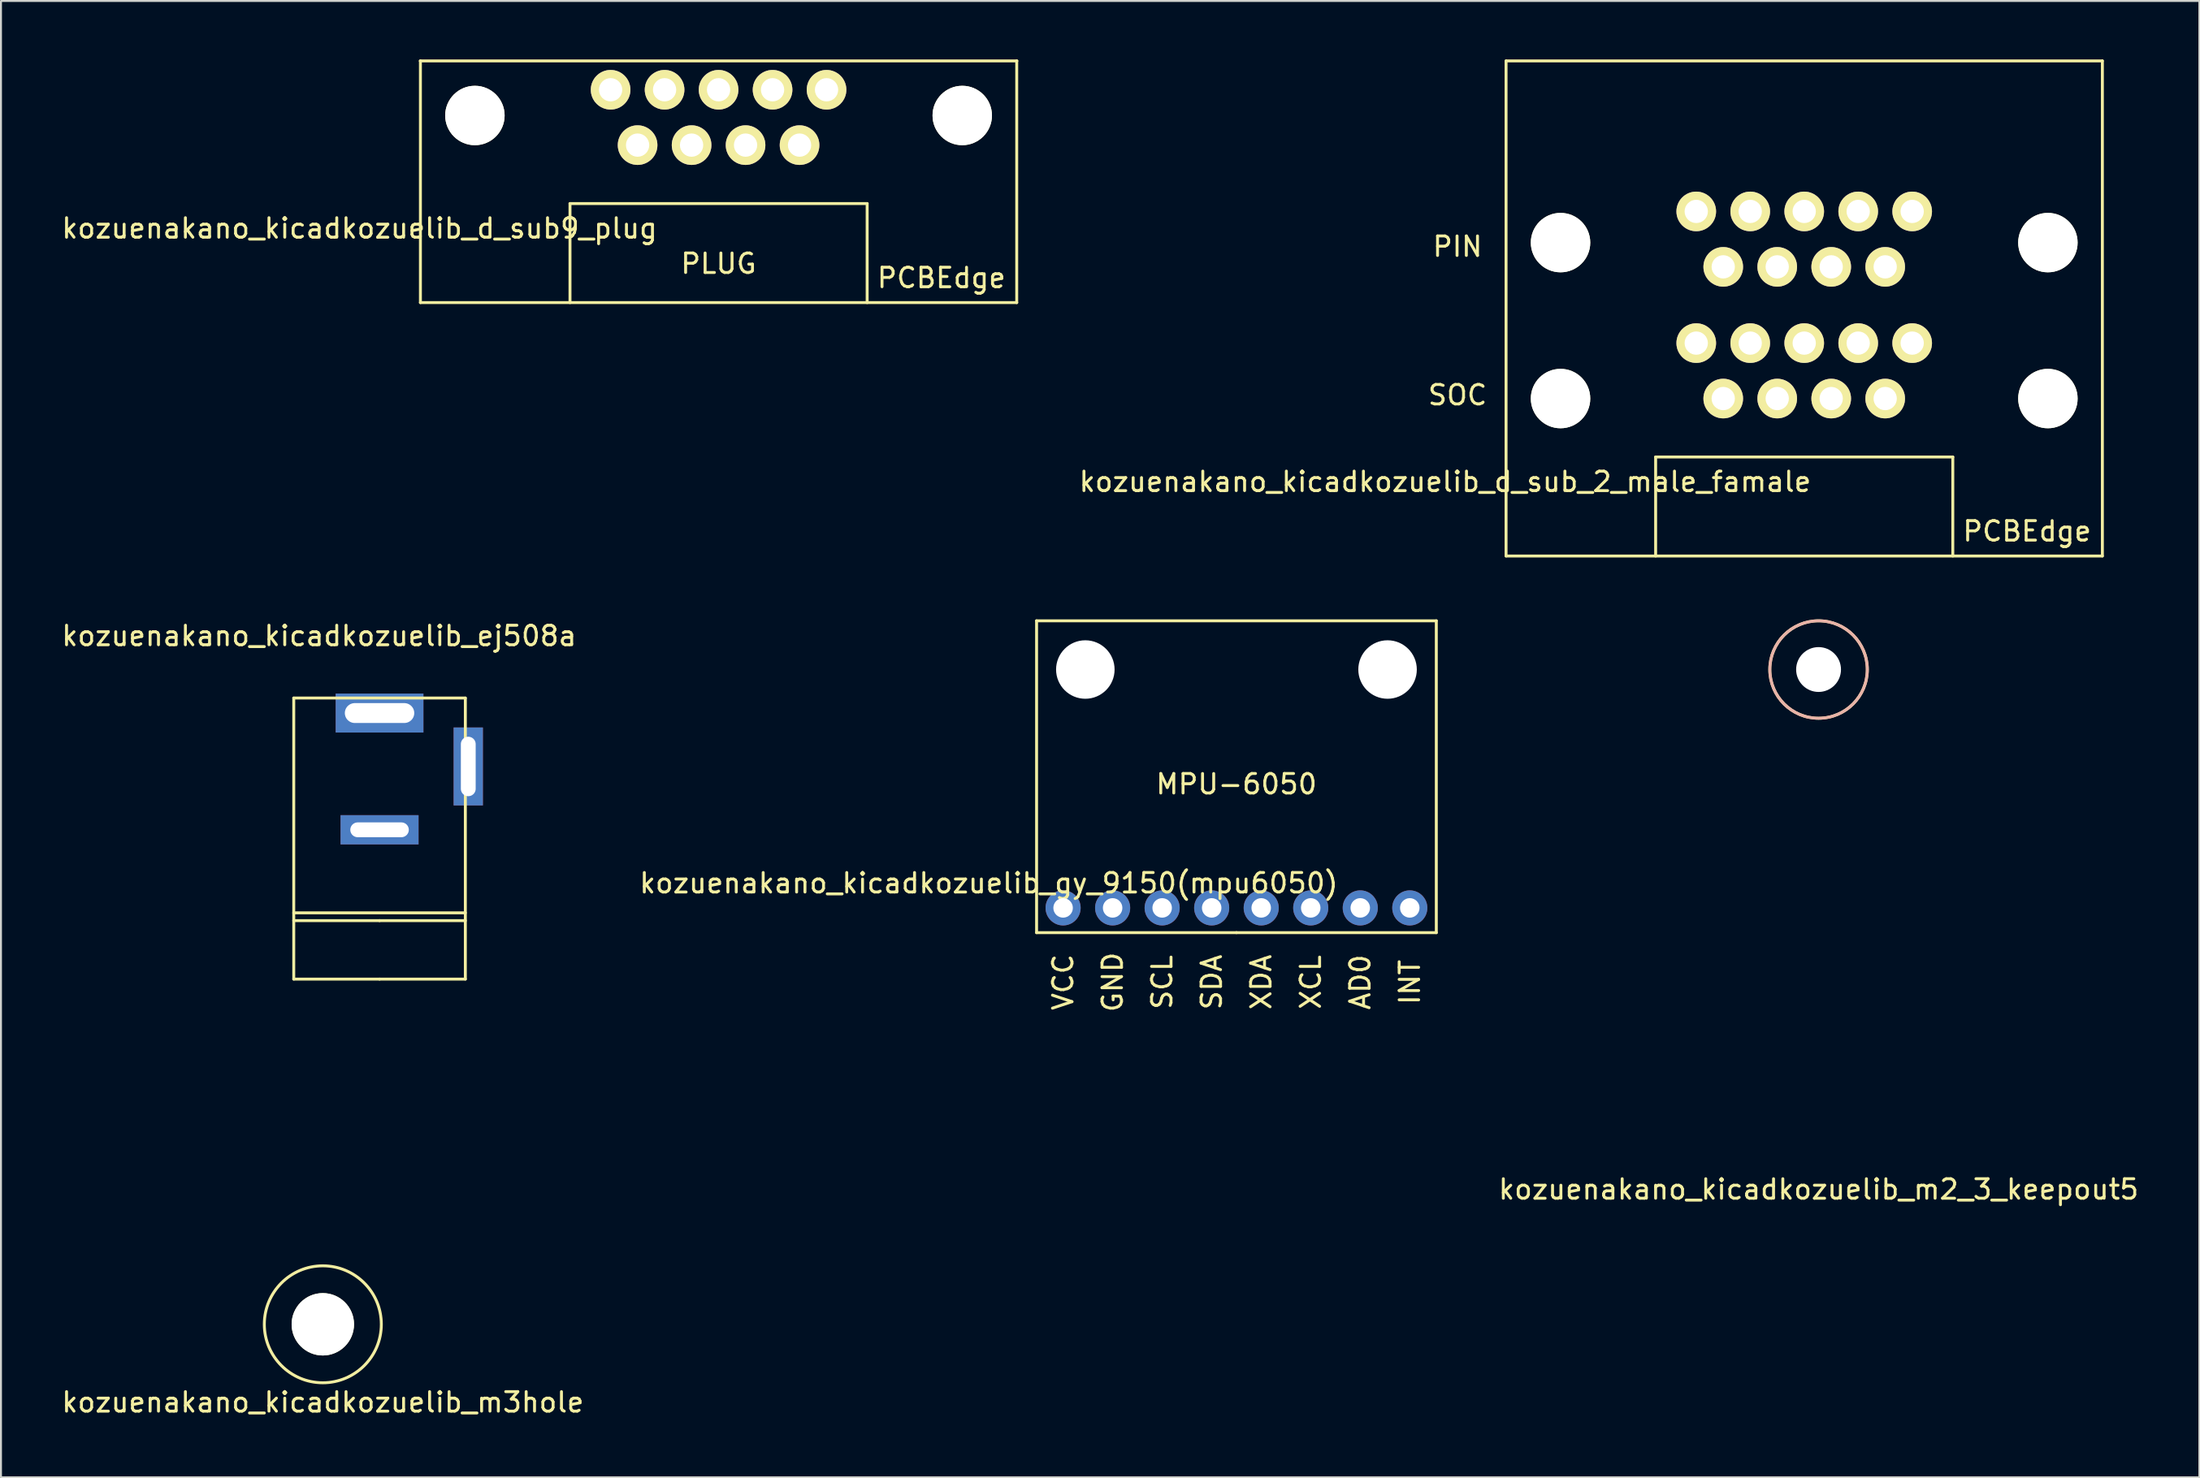
<source format=kicad_pcb>
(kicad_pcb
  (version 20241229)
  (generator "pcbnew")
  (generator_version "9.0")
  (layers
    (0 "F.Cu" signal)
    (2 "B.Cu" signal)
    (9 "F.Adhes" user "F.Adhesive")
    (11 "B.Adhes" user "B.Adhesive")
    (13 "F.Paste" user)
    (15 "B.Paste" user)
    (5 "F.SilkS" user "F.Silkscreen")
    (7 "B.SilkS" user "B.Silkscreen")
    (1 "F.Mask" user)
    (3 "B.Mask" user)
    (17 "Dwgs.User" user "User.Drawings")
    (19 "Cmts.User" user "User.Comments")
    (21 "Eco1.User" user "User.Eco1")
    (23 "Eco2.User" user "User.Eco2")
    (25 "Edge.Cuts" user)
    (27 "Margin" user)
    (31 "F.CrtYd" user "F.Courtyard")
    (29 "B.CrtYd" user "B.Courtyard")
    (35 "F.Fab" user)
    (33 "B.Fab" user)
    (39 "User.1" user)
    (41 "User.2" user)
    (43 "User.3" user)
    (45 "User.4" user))
  (footprint "kozuenakano_kicadkozuelib_d_sub_2_male_famale"
    (layer "F.Cu")
    (at 89.479 25.475)
    (property "Reference" "kozuenakano_kicadkozuelib_d_sub_2_male_famale" (at -18.415 -3.81 0) (layer "F.SilkS") (effects (font (size 1 1) (thickness 0.15))))
    (attr through_hole)
    (fp_line (start -15.291 -25.4) (end 15.291 -25.4) (stroke (width 0.15) (type solid)) (layer "F.SilkS"))
    (fp_line (start -15.291 0) (end -15.291 -25.4) (stroke (width 0.15) (type solid)) (layer "F.SilkS"))
    (fp_line (start -7.62 -5.08) (end 7.62 -5.08) (stroke (width 0.15) (type solid)) (layer "F.SilkS"))
    (fp_line (start -7.62 0) (end -7.62 -5.08) (stroke (width 0.15) (type solid)) (layer "F.SilkS"))
    (fp_line (start 7.62 -5.08) (end 7.62 0) (stroke (width 0.15) (type solid)) (layer "F.SilkS"))
    (fp_line (start 15.291 -25.4) (end 15.291 0) (stroke (width 0.15) (type solid)) (layer "F.SilkS"))
    (fp_line (start 15.291 0) (end -15.291 0) (stroke (width 0.15) (type solid)) (layer "F.SilkS"))
    (fp_text user "SOC" (at -17.78 -8.255 0) (layer "F.SilkS") (effects (font (size 1 1) (thickness 0.15))))
    (fp_text user "PCBEdge" (at 11.43 -1.27 0) (layer "F.SilkS") (effects (font (size 1 1) (thickness 0.15))))
    (fp_text user "PIN" (at -17.78 -15.875 0) (layer "F.SilkS") (effects (font (size 1 1) (thickness 0.15))))
    (pad "" np_thru_hole circle (at -12.497 -16.078) (size 3.048 3.048) (drill 3.048) (layers "*.Cu" "*.Mask" "F.SilkS"))
    (pad "" np_thru_hole circle (at -12.497 -8.077) (size 3.048 3.048) (drill 3.048) (layers "*.Cu" "*.Mask" "F.SilkS"))
    (pad "" np_thru_hole circle (at 12.497 -16.078) (size 3.048 3.048) (drill 3.048) (layers "*.Cu" "*.Mask" "F.SilkS"))
    (pad "" np_thru_hole circle (at 12.497 -8.077) (size 3.048 3.048) (drill 3.048) (layers "*.Cu" "*.Mask" "F.SilkS"))
    (pad "1" thru_hole circle (at 5.537 -10.922) (size 2.032 2.032) (drill 1.194) (layers "*.Cu" "*.Mask" "F.SilkS"))
    (pad "2" thru_hole circle (at 2.769 -10.922) (size 2.032 2.032) (drill 1.194) (layers "*.Cu" "*.Mask" "F.SilkS"))
    (pad "3" thru_hole circle (at 0 -10.922) (size 2.032 2.032) (drill 1.194) (layers "*.Cu" "*.Mask" "F.SilkS"))
    (pad "4" thru_hole circle (at -2.769 -10.922) (size 2.032 2.032) (drill 1.194) (layers "*.Cu" "*.Mask" "F.SilkS"))
    (pad "5" thru_hole circle (at -5.537 -10.922) (size 2.032 2.032) (drill 1.194) (layers "*.Cu" "*.Mask" "F.SilkS"))
    (pad "6" thru_hole circle (at 4.153 -8.077) (size 2.032 2.032) (drill 1.194) (layers "*.Cu" "*.Mask" "F.SilkS"))
    (pad "7" thru_hole circle (at 1.384 -8.077) (size 2.032 2.032) (drill 1.194) (layers "*.Cu" "*.Mask" "F.SilkS"))
    (pad "8" thru_hole circle (at -1.384 -8.077) (size 2.032 2.032) (drill 1.194) (layers "*.Cu" "*.Mask" "F.SilkS"))
    (pad "9" thru_hole circle (at -4.153 -8.077) (size 2.032 2.032) (drill 1.194) (layers "*.Cu" "*.Mask" "F.SilkS"))
    (pad "10" thru_hole circle (at -5.537 -17.678) (size 2.032 2.032) (drill 1.194) (layers "*.Cu" "*.Mask" "F.SilkS"))
    (pad "11" thru_hole circle (at -2.769 -17.678) (size 2.032 2.032) (drill 1.194) (layers "*.Cu" "*.Mask" "F.SilkS"))
    (pad "12" thru_hole circle (at 0 -17.678) (size 2.032 2.032) (drill 1.194) (layers "*.Cu" "*.Mask" "F.SilkS"))
    (pad "13" thru_hole circle (at 2.769 -17.678) (size 2.032 2.032) (drill 1.194) (layers "*.Cu" "*.Mask" "F.SilkS"))
    (pad "14" thru_hole circle (at 5.537 -17.678) (size 2.032 2.032) (drill 1.194) (layers "*.Cu" "*.Mask" "F.SilkS"))
    (pad "15" thru_hole circle (at -4.153 -14.834) (size 2.032 2.032) (drill 1.194) (layers "*.Cu" "*.Mask" "F.SilkS"))
    (pad "16" thru_hole circle (at -1.384 -14.834) (size 2.032 2.032) (drill 1.194) (layers "*.Cu" "*.Mask" "F.SilkS"))
    (pad "17" thru_hole circle (at 1.384 -14.834) (size 2.032 2.032) (drill 1.194) (layers "*.Cu" "*.Mask" "F.SilkS"))
    (pad "18" thru_hole circle (at 4.153 -14.834) (size 2.032 2.032) (drill 1.194) (layers "*.Cu" "*.Mask" "F.SilkS")))
  (footprint "kozuenakano_kicadkozuelib_m2_3_keepout5"
    (layer "F.Cu")
    (at 90.215 31.3)
    (property "Reference" "kozuenakano_kicadkozuelib_m2_3_keepout5" (at 0 26.67 0) (layer "F.SilkS") (effects (font (size 1 1) (thickness 0.15))))
    (attr through_hole)
    (fp_circle (center 0 0) (end 2.5 0) (stroke (width 0.15) (type solid)) (fill no) (layer "F.SilkS"))
    (fp_circle (center 0 0) (end 2.5 0) (stroke (width 0.15) (type solid)) (fill no) (layer "B.SilkS"))
    (pad "" np_thru_hole circle (at 0 0) (size 2.3 2.3) (drill 2.3) (layers "*.Cu" "*.Mask")))
  (footprint "kozuenakano_kicadkozuelib_m3hole"
    (layer "F.Cu")
    (at 13.506 64.893)
    (property "Reference" "kozuenakano_kicadkozuelib_m3hole" (at 0 4 0) (layer "F.SilkS") (effects (font (size 1 1) (thickness 0.15))))
    (attr through_hole)
    (fp_circle (center 0 0) (end 3 0) (stroke (width 0.15) (type solid)) (fill no) (layer "F.SilkS"))
    (pad "" np_thru_hole circle (at 0 0) (size 3.2 3.2) (drill 3.2) (layers "*.Cu" "*.Mask" "F.SilkS")))
  (footprint "kozuenakano_kicadkozuelib_d_sub9_plug"
    (layer "F.Cu")
    (at 33.802 12.475)
    (property "Reference" "kozuenakano_kicadkozuelib_d_sub9_plug" (at -18.415 -3.81 0) (layer "F.SilkS") (effects (font (size 1 1) (thickness 0.15))))
    (attr through_hole)
    (fp_line (start -15.291 0) (end -15.291 -12.4) (stroke (width 0.15) (type solid)) (layer "F.SilkS"))
    (fp_line (start -7.62 -5.08) (end 7.62 -5.08) (stroke (width 0.15) (type solid)) (layer "F.SilkS"))
    (fp_line (start -7.62 0) (end -7.62 -5.08) (stroke (width 0.15) (type solid)) (layer "F.SilkS"))
    (fp_line (start 7.62 -5.08) (end 7.62 0) (stroke (width 0.15) (type solid)) (layer "F.SilkS"))
    (fp_line (start 15.291 -12.4) (end 15.291 0) (stroke (width 0.15) (type solid)) (layer "F.SilkS"))
    (fp_line (start 15.291 0) (end -15.291 0) (stroke (width 0.15) (type solid)) (layer "F.SilkS"))
    (fp_line (start 15.3 -12.4) (end -15.3 -12.4) (stroke (width 0.15) (type solid)) (layer "F.SilkS"))
    (fp_text user "PCBEdge" (at 11.43 -1.27 0) (layer "F.SilkS") (effects (font (size 1 1) (thickness 0.15))))
    (fp_text user "PLUG" (at 0 -2 0) (layer "F.SilkS") (effects (font (size 1 1) (thickness 0.15))))
    (pad "" np_thru_hole circle (at -12.497 -9.6) (size 3.048 3.048) (drill 3.048) (layers "*.Cu" "*.Mask" "F.SilkS"))
    (pad "" np_thru_hole circle (at 12.497 -9.6) (size 3.048 3.048) (drill 3.048) (layers "*.Cu" "*.Mask" "F.SilkS"))
    (pad "1" thru_hole circle (at -5.537 -10.92) (size 2.032 2.032) (drill 1.194) (layers "*.Cu" "*.Mask" "F.SilkS"))
    (pad "2" thru_hole circle (at -2.769 -10.92) (size 2.032 2.032) (drill 1.194) (layers "*.Cu" "*.Mask" "F.SilkS"))
    (pad "3" thru_hole circle (at 0 -10.92) (size 2.032 2.032) (drill 1.194) (layers "*.Cu" "*.Mask" "F.SilkS"))
    (pad "4" thru_hole circle (at 2.769 -10.92) (size 2.032 2.032) (drill 1.194) (layers "*.Cu" "*.Mask" "F.SilkS"))
    (pad "5" thru_hole circle (at 5.537 -10.92) (size 2.032 2.032) (drill 1.194) (layers "*.Cu" "*.Mask" "F.SilkS"))
    (pad "6" thru_hole circle (at -4.153 -8.08) (size 2.032 2.032) (drill 1.194) (layers "*.Cu" "*.Mask" "F.SilkS"))
    (pad "7" thru_hole circle (at -1.384 -8.08) (size 2.032 2.032) (drill 1.194) (layers "*.Cu" "*.Mask" "F.SilkS"))
    (pad "8" thru_hole circle (at 1.384 -8.08) (size 2.032 2.032) (drill 1.194) (layers "*.Cu" "*.Mask" "F.SilkS"))
    (pad "9" thru_hole circle (at 4.153 -8.08) (size 2.032 2.032) (drill 1.194) (layers "*.Cu" "*.Mask" "F.SilkS")))
  (footprint "kozuenakano_kicadkozuelib_ej508a"
    (layer "F.Cu")
    (at 16.415 47.013)
    (property "Reference" "kozuenakano_kicadkozuelib_ej508a" (at -3.1 -17.44 0) (layer "F.SilkS") (effects (font (size 1 1) (thickness 0.15))))
    (attr through_hole)
    (fp_line (start -4.4 -14.25) (end 4.4 -14.25) (stroke (width 0.15) (type solid)) (layer "F.SilkS"))
    (fp_line (start -4.4 -3.23) (end 4.4 -3.23) (stroke (width 0.15) (type solid)) (layer "F.SilkS"))
    (fp_line (start -4.4 0.17) (end -4.4 -14.25) (stroke (width 0.15) (type solid)) (layer "F.SilkS"))
    (fp_line (start 0 -2.83) (end -4.4 -2.83) (stroke (width 0.15) (type solid)) (layer "F.SilkS"))
    (fp_line (start 0 -2.83) (end 4.4 -2.83) (stroke (width 0.15) (type solid)) (layer "F.SilkS"))
    (fp_line (start 0 0.17) (end -4.4 0.17) (stroke (width 0.15) (type solid)) (layer "F.SilkS"))
    (fp_line (start 4.4 -14.25) (end 4.4 0.17) (stroke (width 0.15) (type solid)) (layer "F.SilkS"))
    (fp_line (start 4.4 0.17) (end 0 0.17) (stroke (width 0.15) (type solid)) (layer "F.SilkS"))
    (pad "1" thru_hole rect (at 0 -13.48) (size 4.5 2) (drill oval 3.56 1.02) (layers "*.Cu" "*.Mask"))
    (pad "2" thru_hole rect (at 0 -7.49) (size 4 1.5) (drill oval 3 0.76) (layers "*.Cu" "*.Mask"))
    (pad "3" thru_hole rect (at 4.55 -10.74) (size 1.5 4) (drill oval 0.76 3.05) (layers "*.Cu" "*.Mask")))
  (footprint "kozuenakano_kicadkozuelib_gy_9150(mpu6050)"
    (layer "F.Cu")
    (at 60.361 44.8)
    (property "Reference" "kozuenakano_kicadkozuelib_gy_9150(mpu6050)" (at -12.7 -2.54 0) (layer "F.SilkS") (effects (font (size 1 1) (thickness 0.15))))
    (attr through_hole)
    (fp_line (start -10.25 -16) (end -10.25 0) (stroke (width 0.15) (type solid)) (layer "F.SilkS"))
    (fp_line (start 0 0) (end -10.25 0) (stroke (width 0.15) (type solid)) (layer "F.SilkS"))
    (fp_line (start 0 0) (end 10.25 0) (stroke (width 0.15) (type solid)) (layer "F.SilkS"))
    (fp_line (start 10.25 -16) (end -10.25 -16) (stroke (width 0.15) (type solid)) (layer "F.SilkS"))
    (fp_line (start 10.25 0) (end 10.25 -16) (stroke (width 0.15) (type solid)) (layer "F.SilkS"))
    (fp_text user "AD0" (at 6.35 2.54 90) (layer "F.SilkS") (effects (font (size 1 1) (thickness 0.15))))
    (fp_text user "VCC" (at -8.89 2.54 90) (layer "F.SilkS") (effects (font (size 1 1) (thickness 0.15))))
    (fp_text user "INT" (at 8.89 2.54 90) (layer "F.SilkS") (effects (font (size 1 1) (thickness 0.15))))
    (fp_text user "GND" (at -6.35 2.54 90) (layer "F.SilkS") (effects (font (size 1 1) (thickness 0.15))))
    (fp_text user "SDA" (at -1.27 2.54 90) (layer "F.SilkS") (effects (font (size 1 1) (thickness 0.15))))
    (fp_text user "MPU-6050" (at 0 -7.62 0) (layer "F.SilkS") (effects (font (size 1 1) (thickness 0.15))))
    (fp_text user "SCL" (at -3.81 2.54 90) (layer "F.SilkS") (effects (font (size 1 1) (thickness 0.15))))
    (fp_text user "XDA" (at 1.27 2.54 90) (layer "F.SilkS") (effects (font (size 1 1) (thickness 0.15))))
    (fp_text user "XCL" (at 3.81 2.54 90) (layer "F.SilkS") (effects (font (size 1 1) (thickness 0.15))))
    (pad "" np_thru_hole circle (at -7.75 -13.5) (size 3 3) (drill 3) (layers "*.Cu" "*.Mask"))
    (pad "" np_thru_hole circle (at 7.75 -13.5) (size 3 3) (drill 3) (layers "*.Cu" "*.Mask"))
    (pad "1" thru_hole circle (at -8.89 -1.27) (size 1.8 1.8) (drill 1) (layers "*.Cu" "*.Mask"))
    (pad "2" thru_hole circle (at -6.35 -1.27) (size 1.8 1.8) (drill 1) (layers "*.Cu" "*.Mask"))
    (pad "3" thru_hole circle (at -3.81 -1.27) (size 1.8 1.8) (drill 1) (layers "*.Cu" "*.Mask"))
    (pad "4" thru_hole circle (at -1.27 -1.27) (size 1.8 1.8) (drill 1) (layers "*.Cu" "*.Mask"))
    (pad "5" thru_hole circle (at 1.27 -1.27) (size 1.8 1.8) (drill 1) (layers "*.Cu" "*.Mask"))
    (pad "6" thru_hole circle (at 3.81 -1.27) (size 1.8 1.8) (drill 1) (layers "*.Cu" "*.Mask"))
    (pad "7" thru_hole circle (at 6.35 -1.27) (size 1.8 1.8) (drill 1) (layers "*.Cu" "*.Mask"))
    (pad "8" thru_hole circle (at 8.89 -1.27) (size 1.8 1.8) (drill 1) (layers "*.Cu" "*.Mask")))
  (gr_rect
    (start -3 -3)
    (end 109.745 72.742)
    (stroke (width 0.1) (type default))
    (fill no)
    (layer "Edge.Cuts")))
</source>
